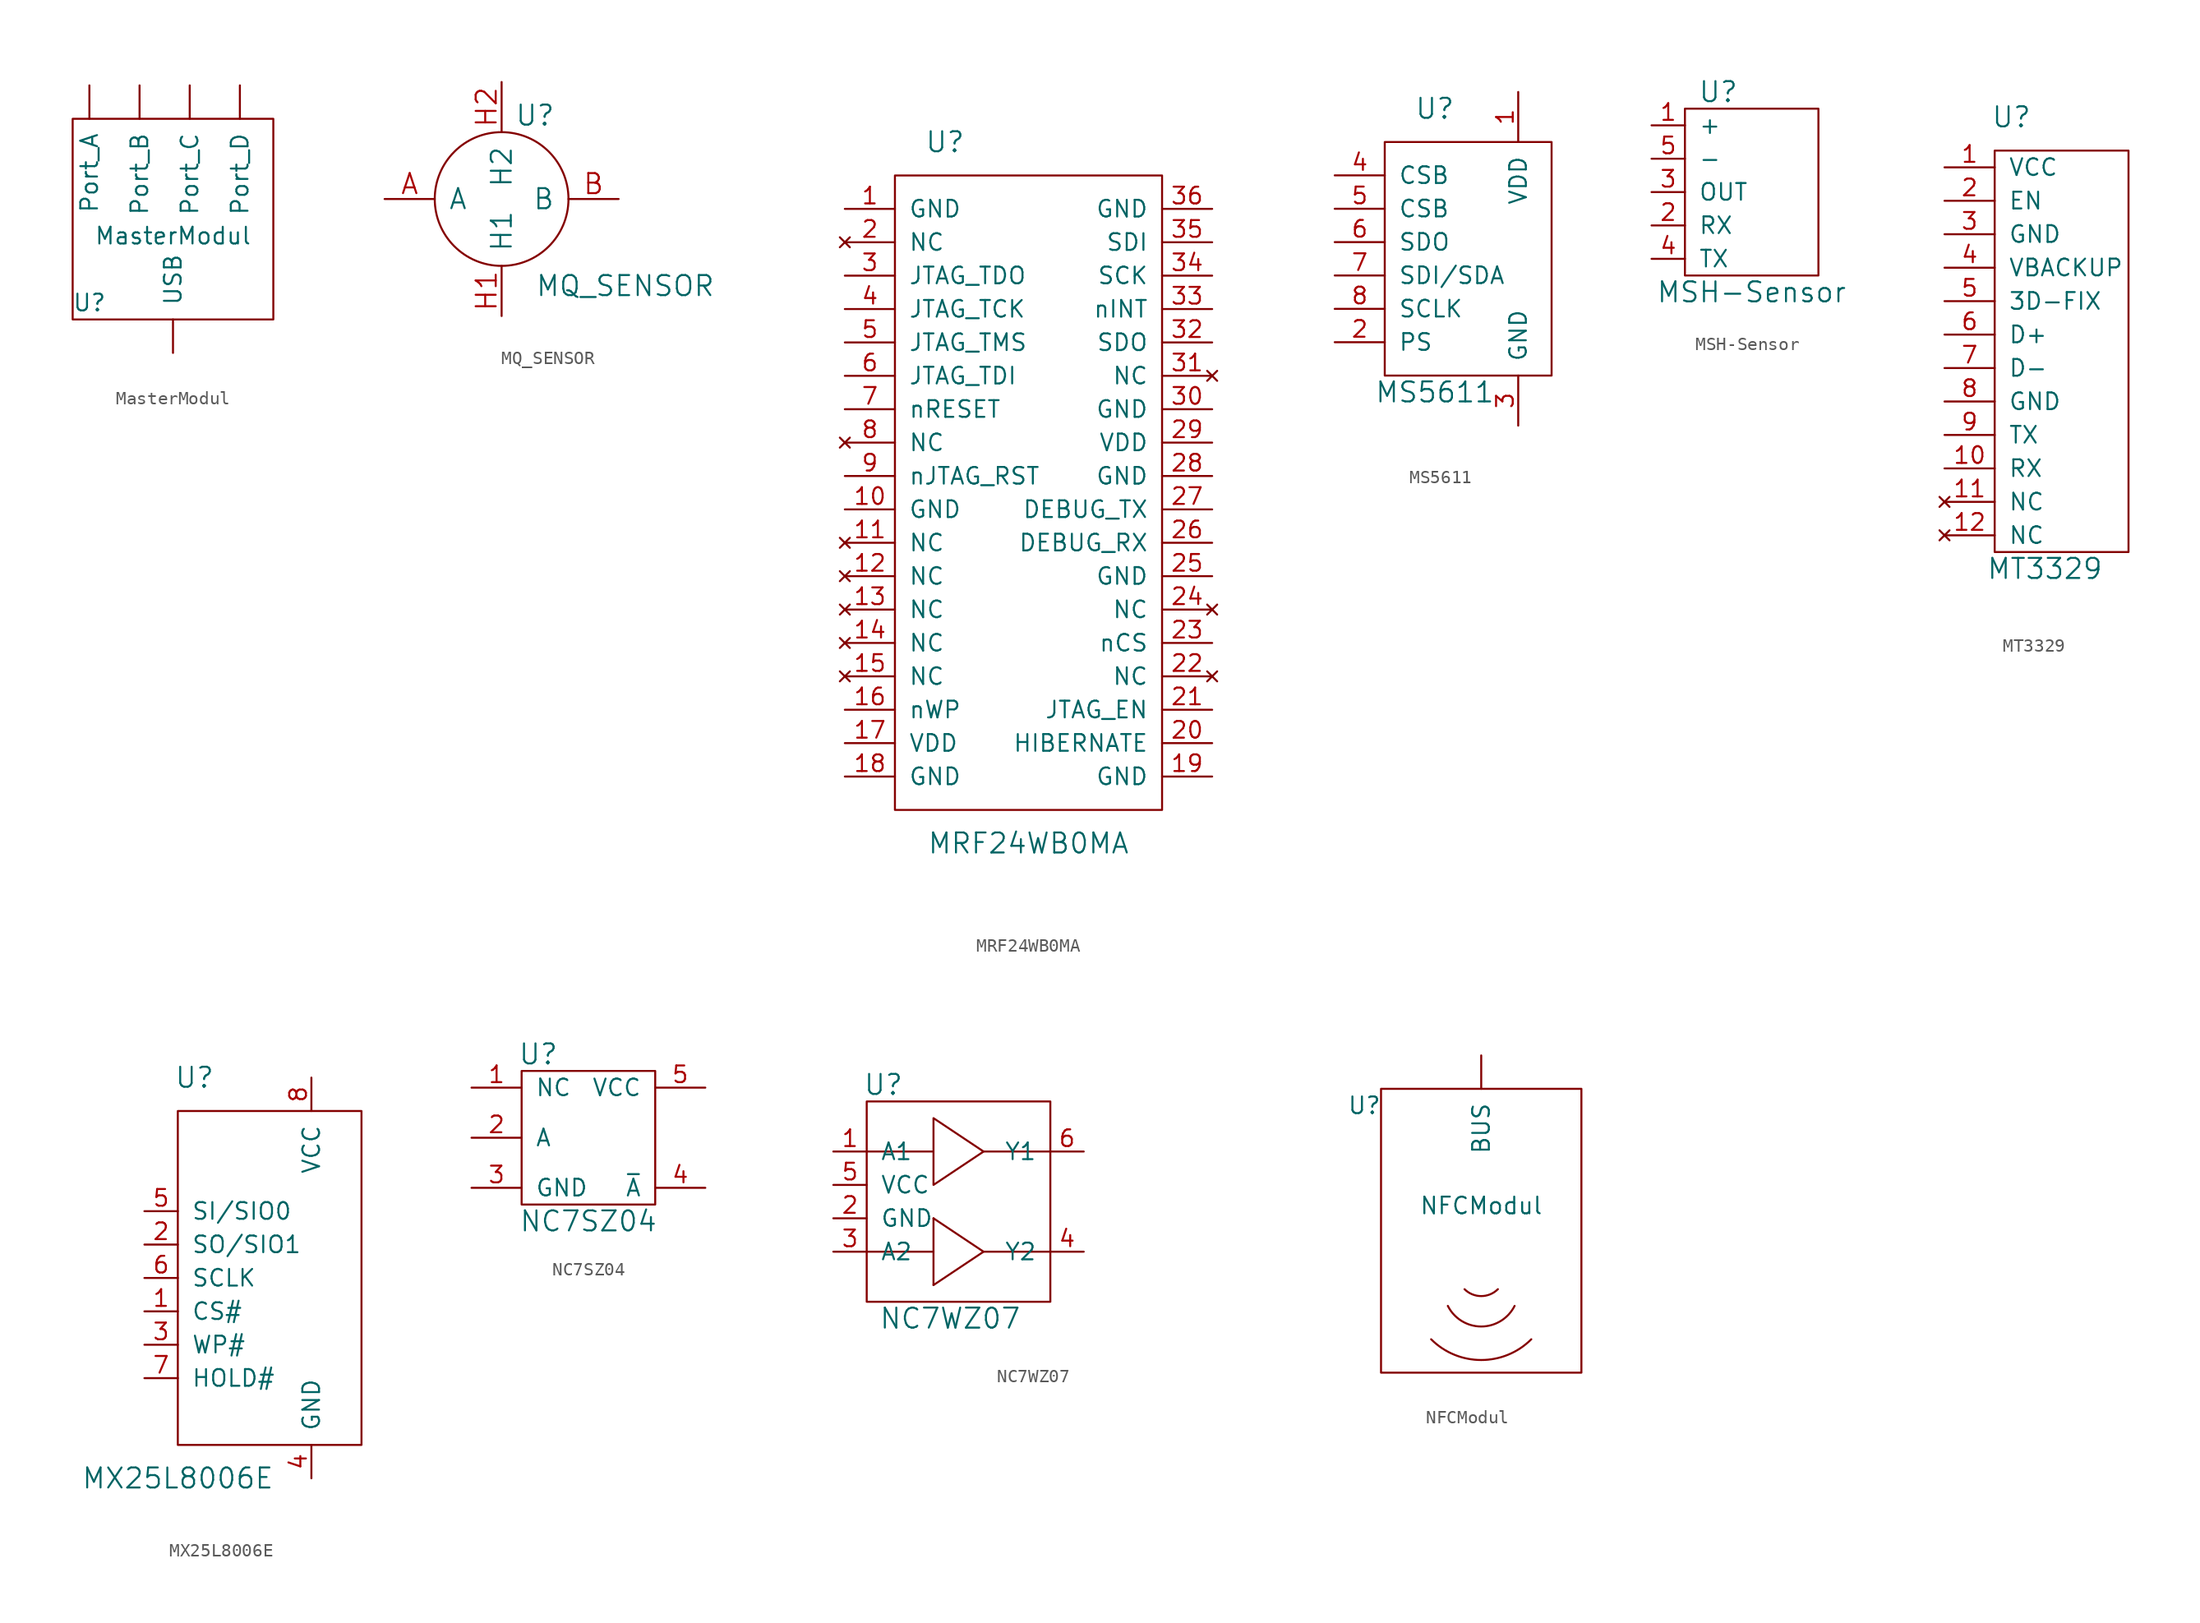
<source format=kicad_sym>
(kicad_symbol_lib
  (version 20211014)
  (generator kicad_symbol_editor)
  (symbol "MasterModul"
    (pin_names
      (offset 1.016))
    (property "Reference" "U"
      (at -6.35 -8.89 0)
      (effects (font (size 1.27 1.27))))
    (property "Value" "MasterModul"
      (at 0 -3.81 0)
      (effects (font (size 1.27 1.27))))
    (symbol "MasterModul_0_1"
      (rectangle (start -7.62 5.08) (end 7.62 -10.16) (stroke (width 0) (type default) (color 0 0 0 0)) (fill (type none))))
    (symbol "MasterModul_1_1"
      (pin input line (at -6.35 7.62 270) (length 2.54) (name "Port_A" (effects (font (size 1.27 1.27)))) (number "~" (effects (font (size 1.27 1.27)))))
      (pin input line (at -2.54 7.62 270) (length 2.54) (name "Port_B" (effects (font (size 1.27 1.27)))) (number "~" (effects (font (size 1.27 1.27)))))
      (pin input line (at 1.27 7.62 270) (length 2.54) (name "Port_C" (effects (font (size 1.27 1.27)))) (number "~" (effects (font (size 1.27 1.27)))))
      (pin input line (at 5.08 7.62 270) (length 2.54) (name "Port_D" (effects (font (size 1.27 1.27)))) (number "~" (effects (font (size 1.27 1.27)))))
      (pin input line (at 0 -12.7 90) (length 2.54) (name "USB" (effects (font (size 1.27 1.27)))) (number "~" (effects (font (size 1.27 1.27)))))))
  (symbol "MQ_SENSOR"
    (pin_names
      (offset 1.016))
    (property "Reference" "U"
      (at 2.54 6.35 0)
      (effects (font (size 1.524 1.524))))
    (property "Value" "MQ_SENSOR"
      (at 9.398 -6.604 0)
      (effects (font (size 1.524 1.524))))
    (property "Footprint" ""
      (at 0 0 0)
      (effects (font (size 1.524 1.524))))
    (property "Datasheet" ""
      (at 0 0 0)
      (effects (font (size 1.524 1.524))))
    (symbol "MQ_SENSOR_0_1"
      (circle (center 0 0) (radius 5.08) (stroke (width 0) (type default) (color 0 0 0 0)) (fill (type none))))
    (symbol "MQ_SENSOR_1_1"
      (pin passive line (at -8.89 0 0) (length 3.81) (name "A" (effects (font (size 1.524 1.524)))) (number "A" (effects (font (size 1.524 1.524)))))
      (pin passive line (at 8.89 0 180) (length 3.81) (name "B" (effects (font (size 1.524 1.524)))) (number "B" (effects (font (size 1.524 1.524)))))
      (pin passive line (at 0 -8.89 90) (length 3.81) (name "H1" (effects (font (size 1.524 1.524)))) (number "H1" (effects (font (size 1.524 1.524)))))
      (pin passive line (at 0 8.89 270) (length 3.81) (name "H2" (effects (font (size 1.524 1.524)))) (number "H2" (effects (font (size 1.524 1.524)))))))
  (symbol "MRF24WB0MA"
    (pin_names
      (offset 1.016))
    (property "Reference" "U"
      (at -6.35 26.67 0)
      (effects (font (size 1.524 1.524))))
    (property "Value" "MRF24WB0MA"
      (at 0 -26.67 0)
      (effects (font (size 1.524 1.524))))
    (property "Footprint" ""
      (at 0 0 0)
      (effects (font (size 1.524 1.524))))
    (property "Datasheet" ""
      (at 0 0 0)
      (effects (font (size 1.524 1.524))))
    (symbol "MRF24WB0MA_0_1"
      (rectangle (start 10.16 -24.13) (end -10.16 24.13) (stroke (width 0) (type default) (color 0 0 0 0)) (fill (type none))))
    (symbol "MRF24WB0MA_1_1"
      (pin passive line (at -13.97 21.59 0) (length 3.81) (name "GND" (effects (font (size 1.27 1.27)))) (number "1" (effects (font (size 1.27 1.27)))))
      (pin passive line (at -13.97 -1.27 0) (length 3.81) (name "GND" (effects (font (size 1.27 1.27)))) (number "10" (effects (font (size 1.27 1.27)))))
      (pin no_connect line (at -13.97 -3.81 0) (length 3.81) (name "NC" (effects (font (size 1.27 1.27)))) (number "11" (effects (font (size 1.27 1.27)))))
      (pin no_connect line (at -13.97 -6.35 0) (length 3.81) (name "NC" (effects (font (size 1.27 1.27)))) (number "12" (effects (font (size 1.27 1.27)))))
      (pin no_connect line (at -13.97 -8.89 0) (length 3.81) (name "NC" (effects (font (size 1.27 1.27)))) (number "13" (effects (font (size 1.27 1.27)))))
      (pin no_connect line (at -13.97 -11.43 0) (length 3.81) (name "NC" (effects (font (size 1.27 1.27)))) (number "14" (effects (font (size 1.27 1.27)))))
      (pin no_connect line (at -13.97 -13.97 0) (length 3.81) (name "NC" (effects (font (size 1.27 1.27)))) (number "15" (effects (font (size 1.27 1.27)))))
      (pin passive line (at -13.97 -16.51 0) (length 3.81) (name "nWP" (effects (font (size 1.27 1.27)))) (number "16" (effects (font (size 1.27 1.27)))))
      (pin passive line (at -13.97 -19.05 0) (length 3.81) (name "VDD" (effects (font (size 1.27 1.27)))) (number "17" (effects (font (size 1.27 1.27)))))
      (pin passive line (at -13.97 -21.59 0) (length 3.81) (name "GND" (effects (font (size 1.27 1.27)))) (number "18" (effects (font (size 1.27 1.27)))))
      (pin passive line (at 13.97 -21.59 180) (length 3.81) (name "GND" (effects (font (size 1.27 1.27)))) (number "19" (effects (font (size 1.27 1.27)))))
      (pin no_connect line (at -13.97 19.05 0) (length 3.81) (name "NC" (effects (font (size 1.27 1.27)))) (number "2" (effects (font (size 1.27 1.27)))))
      (pin passive line (at 13.97 -19.05 180) (length 3.81) (name "HIBERNATE" (effects (font (size 1.27 1.27)))) (number "20" (effects (font (size 1.27 1.27)))))
      (pin passive line (at 13.97 -16.51 180) (length 3.81) (name "JTAG_EN" (effects (font (size 1.27 1.27)))) (number "21" (effects (font (size 1.27 1.27)))))
      (pin no_connect line (at 13.97 -13.97 180) (length 3.81) (name "NC" (effects (font (size 1.27 1.27)))) (number "22" (effects (font (size 1.27 1.27)))))
      (pin passive line (at 13.97 -11.43 180) (length 3.81) (name "nCS" (effects (font (size 1.27 1.27)))) (number "23" (effects (font (size 1.27 1.27)))))
      (pin no_connect line (at 13.97 -8.89 180) (length 3.81) (name "NC" (effects (font (size 1.27 1.27)))) (number "24" (effects (font (size 1.27 1.27)))))
      (pin passive line (at 13.97 -6.35 180) (length 3.81) (name "GND" (effects (font (size 1.27 1.27)))) (number "25" (effects (font (size 1.27 1.27)))))
      (pin passive line (at 13.97 -3.81 180) (length 3.81) (name "DEBUG_RX" (effects (font (size 1.27 1.27)))) (number "26" (effects (font (size 1.27 1.27)))))
      (pin passive line (at 13.97 -1.27 180) (length 3.81) (name "DEBUG_TX" (effects (font (size 1.27 1.27)))) (number "27" (effects (font (size 1.27 1.27)))))
      (pin passive line (at 13.97 1.27 180) (length 3.81) (name "GND" (effects (font (size 1.27 1.27)))) (number "28" (effects (font (size 1.27 1.27)))))
      (pin passive line (at 13.97 3.81 180) (length 3.81) (name "VDD" (effects (font (size 1.27 1.27)))) (number "29" (effects (font (size 1.27 1.27)))))
      (pin passive line (at -13.97 16.51 0) (length 3.81) (name "JTAG_TDO" (effects (font (size 1.27 1.27)))) (number "3" (effects (font (size 1.27 1.27)))))
      (pin passive line (at 13.97 6.35 180) (length 3.81) (name "GND" (effects (font (size 1.27 1.27)))) (number "30" (effects (font (size 1.27 1.27)))))
      (pin no_connect line (at 13.97 8.89 180) (length 3.81) (name "NC" (effects (font (size 1.27 1.27)))) (number "31" (effects (font (size 1.27 1.27)))))
      (pin passive line (at 13.97 11.43 180) (length 3.81) (name "SDO" (effects (font (size 1.27 1.27)))) (number "32" (effects (font (size 1.27 1.27)))))
      (pin passive line (at 13.97 13.97 180) (length 3.81) (name "nINT" (effects (font (size 1.27 1.27)))) (number "33" (effects (font (size 1.27 1.27)))))
      (pin passive line (at 13.97 16.51 180) (length 3.81) (name "SCK" (effects (font (size 1.27 1.27)))) (number "34" (effects (font (size 1.27 1.27)))))
      (pin passive line (at 13.97 19.05 180) (length 3.81) (name "SDI" (effects (font (size 1.27 1.27)))) (number "35" (effects (font (size 1.27 1.27)))))
      (pin passive line (at 13.97 21.59 180) (length 3.81) (name "GND" (effects (font (size 1.27 1.27)))) (number "36" (effects (font (size 1.27 1.27)))))
      (pin passive line (at -13.97 13.97 0) (length 3.81) (name "JTAG_TCK" (effects (font (size 1.27 1.27)))) (number "4" (effects (font (size 1.27 1.27)))))
      (pin passive line (at -13.97 11.43 0) (length 3.81) (name "JTAG_TMS" (effects (font (size 1.27 1.27)))) (number "5" (effects (font (size 1.27 1.27)))))
      (pin passive line (at -13.97 8.89 0) (length 3.81) (name "JTAG_TDI" (effects (font (size 1.27 1.27)))) (number "6" (effects (font (size 1.27 1.27)))))
      (pin passive line (at -13.97 6.35 0) (length 3.81) (name "nRESET" (effects (font (size 1.27 1.27)))) (number "7" (effects (font (size 1.27 1.27)))))
      (pin no_connect line (at -13.97 3.81 0) (length 3.81) (name "NC" (effects (font (size 1.27 1.27)))) (number "8" (effects (font (size 1.27 1.27)))))
      (pin passive line (at -13.97 1.27 0) (length 3.81) (name "nJTAG_RST" (effects (font (size 1.27 1.27)))) (number "9" (effects (font (size 1.27 1.27)))))))
  (symbol "MS5611"
    (pin_names
      (offset 1.016))
    (property "Reference" "U"
      (at -6.35 11.43 0)
      (effects (font (size 1.524 1.524))))
    (property "Value" "MS5611"
      (at -6.35 -10.16 0)
      (effects (font (size 1.524 1.524))))
    (property "Footprint" ""
      (at 0 0 0)
      (effects (font (size 1.524 1.524))))
    (property "Datasheet" ""
      (at 0 0 0)
      (effects (font (size 1.524 1.524))))
    (symbol "MS5611_0_1"
      (rectangle (start -10.16 8.89) (end 2.54 -8.89) (stroke (width 0) (type default) (color 0 0 0 0)) (fill (type none))))
    (symbol "MS5611_1_1"
      (pin passive line (at 0 12.7 270) (length 3.81) (name "VDD" (effects (font (size 1.27 1.27)))) (number "1" (effects (font (size 1.27 1.27)))))
      (pin passive line (at -13.97 -6.35 0) (length 3.81) (name "PS" (effects (font (size 1.27 1.27)))) (number "2" (effects (font (size 1.27 1.27)))))
      (pin passive line (at 0 -12.7 90) (length 3.81) (name "GND" (effects (font (size 1.27 1.27)))) (number "3" (effects (font (size 1.27 1.27)))))
      (pin passive line (at -13.97 6.35 0) (length 3.81) (name "CSB" (effects (font (size 1.27 1.27)))) (number "4" (effects (font (size 1.27 1.27)))))
      (pin passive line (at -13.97 3.81 0) (length 3.81) (name "CSB" (effects (font (size 1.27 1.27)))) (number "5" (effects (font (size 1.27 1.27)))))
      (pin passive line (at -13.97 1.27 0) (length 3.81) (name "SDO" (effects (font (size 1.27 1.27)))) (number "6" (effects (font (size 1.27 1.27)))))
      (pin passive line (at -13.97 -1.27 0) (length 3.81) (name "SDI/SDA" (effects (font (size 1.27 1.27)))) (number "7" (effects (font (size 1.27 1.27)))))
      (pin passive line (at -13.97 -3.81 0) (length 3.81) (name "SCLK" (effects (font (size 1.27 1.27)))) (number "8" (effects (font (size 1.27 1.27)))))))
  (symbol "MSH-Sensor"
    (pin_names
      (offset 1.016))
    (property "Reference" "U"
      (at -2.54 7.62 0)
      (effects (font (size 1.524 1.524))))
    (property "Value" "MSH-Sensor"
      (at 0 -7.62 0)
      (effects (font (size 1.524 1.524))))
    (property "Footprint" ""
      (at 0 0 0)
      (effects (font (size 1.524 1.524))))
    (property "Datasheet" ""
      (at 0 0 0)
      (effects (font (size 1.524 1.524))))
    (symbol "MSH-Sensor_0_1"
      (rectangle (start -5.08 6.35) (end 5.08 -6.35) (stroke (width 0) (type default) (color 0 0 0 0)) (fill (type none))))
    (symbol "MSH-Sensor_1_1"
      (pin input line (at -7.62 5.08 0) (length 2.54) (name "+" (effects (font (size 1.27 1.27)))) (number "1" (effects (font (size 1.27 1.27)))))
      (pin input line (at -7.62 -2.54 0) (length 2.54) (name "RX" (effects (font (size 1.27 1.27)))) (number "2" (effects (font (size 1.27 1.27)))))
      (pin input line (at -7.62 0 0) (length 2.54) (name "OUT" (effects (font (size 1.27 1.27)))) (number "3" (effects (font (size 1.27 1.27)))))
      (pin input line (at -7.62 -5.08 0) (length 2.54) (name "TX" (effects (font (size 1.27 1.27)))) (number "4" (effects (font (size 1.27 1.27)))))
      (pin input line (at -7.62 2.54 0) (length 2.54) (name "-" (effects (font (size 1.27 1.27)))) (number "5" (effects (font (size 1.27 1.27)))))))
  (symbol "MT3329"
    (pin_names
      (offset 1.016))
    (property "Reference" "U"
      (at -3.81 15.24 0)
      (effects (font (size 1.524 1.524))))
    (property "Value" "MT3329"
      (at -1.27 -19.05 0)
      (effects (font (size 1.524 1.524))))
    (property "Footprint" ""
      (at 0 0 0)
      (effects (font (size 1.524 1.524))))
    (property "Datasheet" ""
      (at 0 0 0)
      (effects (font (size 1.524 1.524))))
    (symbol "MT3329_0_1"
      (rectangle (start -5.08 12.7) (end 5.08 -17.78) (stroke (width 0) (type default) (color 0 0 0 0)) (fill (type none))))
    (symbol "MT3329_1_1"
      (pin passive line (at -8.89 11.43 0) (length 3.81) (name "VCC" (effects (font (size 1.27 1.27)))) (number "1" (effects (font (size 1.27 1.27)))))
      (pin passive line (at -8.89 -11.43 0) (length 3.81) (name "RX" (effects (font (size 1.27 1.27)))) (number "10" (effects (font (size 1.27 1.27)))))
      (pin no_connect line (at -8.89 -13.97 0) (length 3.81) (name "NC" (effects (font (size 1.27 1.27)))) (number "11" (effects (font (size 1.27 1.27)))))
      (pin no_connect line (at -8.89 -16.51 0) (length 3.81) (name "NC" (effects (font (size 1.27 1.27)))) (number "12" (effects (font (size 1.27 1.27)))))
      (pin passive line (at -8.89 8.89 0) (length 3.81) (name "EN" (effects (font (size 1.27 1.27)))) (number "2" (effects (font (size 1.27 1.27)))))
      (pin passive line (at -8.89 6.35 0) (length 3.81) (name "GND" (effects (font (size 1.27 1.27)))) (number "3" (effects (font (size 1.27 1.27)))))
      (pin passive line (at -8.89 3.81 0) (length 3.81) (name "VBACKUP" (effects (font (size 1.27 1.27)))) (number "4" (effects (font (size 1.27 1.27)))))
      (pin passive line (at -8.89 1.27 0) (length 3.81) (name "3D-FIX" (effects (font (size 1.27 1.27)))) (number "5" (effects (font (size 1.27 1.27)))))
      (pin passive line (at -8.89 -1.27 0) (length 3.81) (name "D+" (effects (font (size 1.27 1.27)))) (number "6" (effects (font (size 1.27 1.27)))))
      (pin passive line (at -8.89 -3.81 0) (length 3.81) (name "D-" (effects (font (size 1.27 1.27)))) (number "7" (effects (font (size 1.27 1.27)))))
      (pin passive line (at -8.89 -6.35 0) (length 3.81) (name "GND" (effects (font (size 1.27 1.27)))) (number "8" (effects (font (size 1.27 1.27)))))
      (pin passive line (at -8.89 -8.89 0) (length 3.81) (name "TX" (effects (font (size 1.27 1.27)))) (number "9" (effects (font (size 1.27 1.27)))))))
  (symbol "MX25L8006E"
    (pin_names
      (offset 1.016))
    (property "Reference" "U"
      (at -8.89 15.24 0)
      (effects (font (size 1.524 1.524))))
    (property "Value" "MX25L8006E"
      (at -10.16 -15.24 0)
      (effects (font (size 1.524 1.524))))
    (symbol "MX25L8006E_0_1"
      (rectangle (start -10.16 12.7) (end 3.81 -12.7) (stroke (width 0) (type default) (color 0 0 0 0)) (fill (type none))))
    (symbol "MX25L8006E_1_1"
      (pin input line (at -12.7 -2.54 0) (length 2.54) (name "CS#" (effects (font (size 1.27 1.27)))) (number "1" (effects (font (size 1.27 1.27)))))
      (pin input line (at -12.7 2.54 0) (length 2.54) (name "SO/SIO1" (effects (font (size 1.27 1.27)))) (number "2" (effects (font (size 1.27 1.27)))))
      (pin input line (at -12.7 -5.08 0) (length 2.54) (name "WP#" (effects (font (size 1.27 1.27)))) (number "3" (effects (font (size 1.27 1.27)))))
      (pin input line (at 0 -15.24 90) (length 2.54) (name "GND" (effects (font (size 1.27 1.27)))) (number "4" (effects (font (size 1.27 1.27)))))
      (pin input line (at -12.7 5.08 0) (length 2.54) (name "SI/SIO0" (effects (font (size 1.27 1.27)))) (number "5" (effects (font (size 1.27 1.27)))))
      (pin input line (at -12.7 0 0) (length 2.54) (name "SCLK" (effects (font (size 1.27 1.27)))) (number "6" (effects (font (size 1.27 1.27)))))
      (pin input line (at -12.7 -7.62 0) (length 2.54) (name "HOLD#" (effects (font (size 1.27 1.27)))) (number "7" (effects (font (size 1.27 1.27)))))
      (pin input line (at 0 15.24 270) (length 2.54) (name "VCC" (effects (font (size 1.27 1.27)))) (number "8" (effects (font (size 1.27 1.27)))))))
  (symbol "NC7SZ04"
    (pin_names
      (offset 1.016))
    (property "Reference" "U"
      (at -3.81 6.35 0)
      (effects (font (size 1.524 1.524))))
    (property "Value" "NC7SZ04"
      (at 0 -6.35 0)
      (effects (font (size 1.524 1.524))))
    (property "Footprint" ""
      (at 0 0 0)
      (effects (font (size 1.524 1.524))))
    (property "Datasheet" ""
      (at 0 0 0)
      (effects (font (size 1.524 1.524))))
    (symbol "NC7SZ04_0_1"
      (rectangle (start -5.08 5.08) (end 5.08 -5.08) (stroke (width 0) (type default) (color 0 0 0 0)) (fill (type none))))
    (symbol "NC7SZ04_1_1"
      (pin passive line (at -8.89 3.81 0) (length 3.81) (name "NC" (effects (font (size 1.27 1.27)))) (number "1" (effects (font (size 1.27 1.27)))))
      (pin passive line (at -8.89 0 0) (length 3.81) (name "A" (effects (font (size 1.27 1.27)))) (number "2" (effects (font (size 1.27 1.27)))))
      (pin passive line (at -8.89 -3.81 0) (length 3.81) (name "GND" (effects (font (size 1.27 1.27)))) (number "3" (effects (font (size 1.27 1.27)))))
      (pin passive line (at 8.89 -3.81 180) (length 3.81) (name "~{A}" (effects (font (size 1.27 1.27)))) (number "4" (effects (font (size 1.27 1.27)))))
      (pin passive line (at 8.89 3.81 180) (length 3.81) (name "VCC" (effects (font (size 1.27 1.27)))) (number "5" (effects (font (size 1.27 1.27)))))))
  (symbol "NC7WZ07"
    (pin_names
      (offset 1.016))
    (property "Reference" "U"
      (at -5.08 8.89 0)
      (effects (font (size 1.524 1.524))))
    (property "Value" "NC7WZ07"
      (at 0 -8.89 0)
      (effects (font (size 1.524 1.524))))
    (property "Footprint" ""
      (at 21.59 11.43 0)
      (effects (font (size 1.524 1.524))))
    (property "Datasheet" ""
      (at 21.59 11.43 0)
      (effects (font (size 1.524 1.524))))
    (symbol "NC7WZ07_0_1"
      (rectangle (start -6.35 7.62) (end 7.62 -7.62) (stroke (width 0) (type default) (color 0 0 0 0)) (fill (type none)))
      (polyline (pts (xy -1.27 -3.81) (xy -1.27 -6.35)) (stroke (width 0) (type default) (color 0 0 0 0)) (fill (type none)))
      (polyline (pts (xy 2.54 -3.81) (xy 7.62 -3.81)) (stroke (width 0) (type default) (color 0 0 0 0)) (fill (type none)))
      (polyline (pts (xy 2.54 3.81) (xy 7.62 3.81)) (stroke (width 0) (type default) (color 0 0 0 0)) (fill (type none)))
      (polyline (pts (xy -6.35 -3.81) (xy -1.27 -3.81) (xy -1.27 -1.27)) (stroke (width 0) (type default) (color 0 0 0 0)) (fill (type none)))
      (polyline (pts (xy -1.27 -6.35) (xy 2.54 -3.81) (xy -1.27 -1.27)) (stroke (width 0) (type default) (color 0 0 0 0)) (fill (type none)))
      (polyline (pts (xy -6.35 3.81) (xy -1.27 3.81) (xy -1.27 6.35) (xy -1.27 1.27) (xy 2.54 3.81) (xy -1.27 6.35)) (stroke (width 0) (type default) (color 0 0 0 0)) (fill (type none))))
    (symbol "NC7WZ07_1_1"
      (pin bidirectional line (at -8.89 3.81 0) (length 2.54) (name "A1" (effects (font (size 1.27 1.27)))) (number "1" (effects (font (size 1.27 1.27)))))
      (pin bidirectional line (at -8.89 -1.27 0) (length 2.54) (name "GND" (effects (font (size 1.27 1.27)))) (number "2" (effects (font (size 1.27 1.27)))))
      (pin bidirectional line (at -8.89 -3.81 0) (length 2.54) (name "A2" (effects (font (size 1.27 1.27)))) (number "3" (effects (font (size 1.27 1.27)))))
      (pin bidirectional line (at 10.16 -3.81 180) (length 2.54) (name "Y2" (effects (font (size 1.27 1.27)))) (number "4" (effects (font (size 1.27 1.27)))))
      (pin bidirectional line (at -8.89 1.27 0) (length 2.54) (name "VCC" (effects (font (size 1.27 1.27)))) (number "5" (effects (font (size 1.27 1.27)))))
      (pin bidirectional line (at 10.16 3.81 180) (length 2.54) (name "Y1" (effects (font (size 1.27 1.27)))) (number "6" (effects (font (size 1.27 1.27)))))))
  (symbol "NFCModul"
    (pin_names
      (offset 1.016))
    (property "Reference" "U"
      (at -8.89 7.62 0)
      (effects (font (size 1.27 1.27))))
    (property "Value" "NFCModul"
      (at 0 0 0)
      (effects (font (size 1.27 1.27))))
    (symbol "NFCModul_0_1"
      (rectangle (start -7.62 8.89) (end 7.62 -12.7) (stroke (width 0) (type default) (color 0 0 0 0)) (fill (type none)))
      (arc (start -3.81 -10.16) (mid 0 -11.7382) (end 3.81 -10.16) (stroke (width 0) (type default) (color 0 0 0 0)) (fill (type none)))
      (arc (start -2.54 -7.62) (mid 0 -9.1898) (end 2.54 -7.62) (stroke (width 0) (type default) (color 0 0 0 0)) (fill (type none)))
      (arc (start -1.27 -6.35) (mid 0 -6.8761) (end 1.27 -6.35) (stroke (width 0) (type default) (color 0 0 0 0)) (fill (type none))))
    (symbol "NFCModul_1_1"
      (pin output line (at 0 11.43 270) (length 2.54) (name "BUS" (effects (font (size 1.27 1.27)))) (number "~" (effects (font (size 1.27 1.27))))))))
</source>
